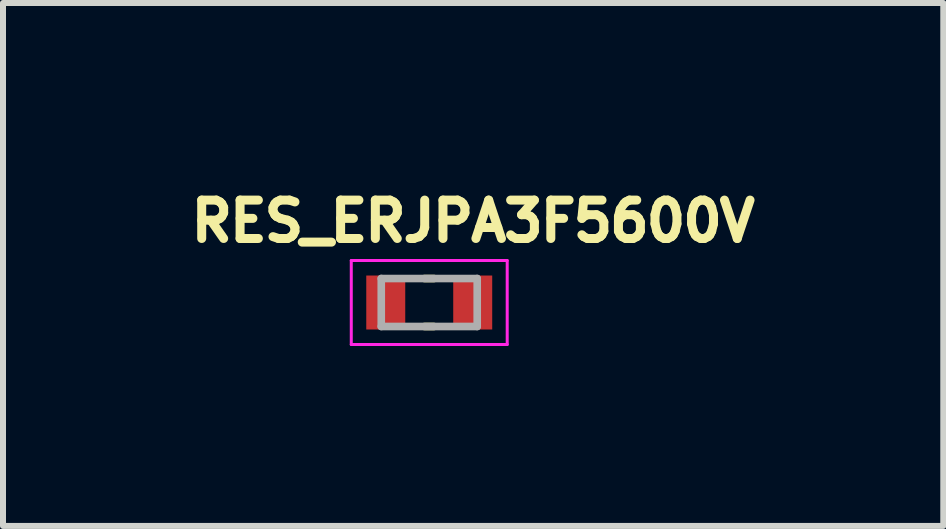
<source format=kicad_pcb>
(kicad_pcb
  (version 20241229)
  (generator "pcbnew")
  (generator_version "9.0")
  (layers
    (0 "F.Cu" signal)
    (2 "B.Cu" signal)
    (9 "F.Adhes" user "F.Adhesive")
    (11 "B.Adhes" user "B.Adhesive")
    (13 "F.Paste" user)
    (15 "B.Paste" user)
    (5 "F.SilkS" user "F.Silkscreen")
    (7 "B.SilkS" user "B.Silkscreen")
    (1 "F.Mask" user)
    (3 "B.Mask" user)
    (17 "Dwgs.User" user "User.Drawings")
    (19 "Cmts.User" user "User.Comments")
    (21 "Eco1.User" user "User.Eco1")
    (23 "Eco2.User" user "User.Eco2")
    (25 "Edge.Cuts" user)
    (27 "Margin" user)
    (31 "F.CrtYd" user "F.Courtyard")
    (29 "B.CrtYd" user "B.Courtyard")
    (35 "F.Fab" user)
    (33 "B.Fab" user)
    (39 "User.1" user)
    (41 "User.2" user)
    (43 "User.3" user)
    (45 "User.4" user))
  (footprint "RES_ERJPA3F5600V"
    (layer "F.Cu")
    (at 4.107 1.994)
    (property "Reference" "RES_ERJPA3F5600V" (at 0.732 -1.356 0) (layer "F.SilkS") (effects (font (size 0.64 0.64) (thickness 0.15))))
    (attr smd)
    (fp_line (start -0.08 -0.4) (end 0.08 -0.4) (stroke (width 0.127) (type solid)) (layer "F.SilkS"))
    (fp_line (start -0.08 0.4) (end 0.08 0.4) (stroke (width 0.127) (type solid)) (layer "F.SilkS"))
    (fp_line (start -1.3 -0.7) (end -1.3 0.7) (stroke (width 0.05) (type solid)) (layer "F.CrtYd"))
    (fp_line (start -1.3 0.7) (end 1.3 0.7) (stroke (width 0.05) (type solid)) (layer "F.CrtYd"))
    (fp_line (start 1.3 -0.7) (end -1.3 -0.7) (stroke (width 0.05) (type solid)) (layer "F.CrtYd"))
    (fp_line (start 1.3 0.7) (end 1.3 -0.7) (stroke (width 0.05) (type solid)) (layer "F.CrtYd"))
    (fp_line (start -0.8 -0.4) (end -0.8 0.4) (stroke (width 0.127) (type solid)) (layer "F.Fab"))
    (fp_line (start -0.8 -0.4) (end 0.8 -0.4) (stroke (width 0.127) (type solid)) (layer "F.Fab"))
    (fp_line (start -0.8 0.4) (end 0.8 0.4) (stroke (width 0.127) (type solid)) (layer "F.Fab"))
    (fp_line (start 0.8 -0.4) (end 0.8 0.4) (stroke (width 0.127) (type solid)) (layer "F.Fab"))
    (pad "1" smd rect (at -0.725 0) (size 0.65 0.9) (layers "F.Cu" "F.Mask" "F.Paste"))
    (pad "2" smd rect (at 0.725 0) (size 0.65 0.9) (layers "F.Cu" "F.Mask" "F.Paste")))
  (gr_rect
    (start -3 -3)
    (end 12.678 5.719)
    (stroke (width 0.1) (type default))
    (fill no)
    (layer "Edge.Cuts")))
</source>
